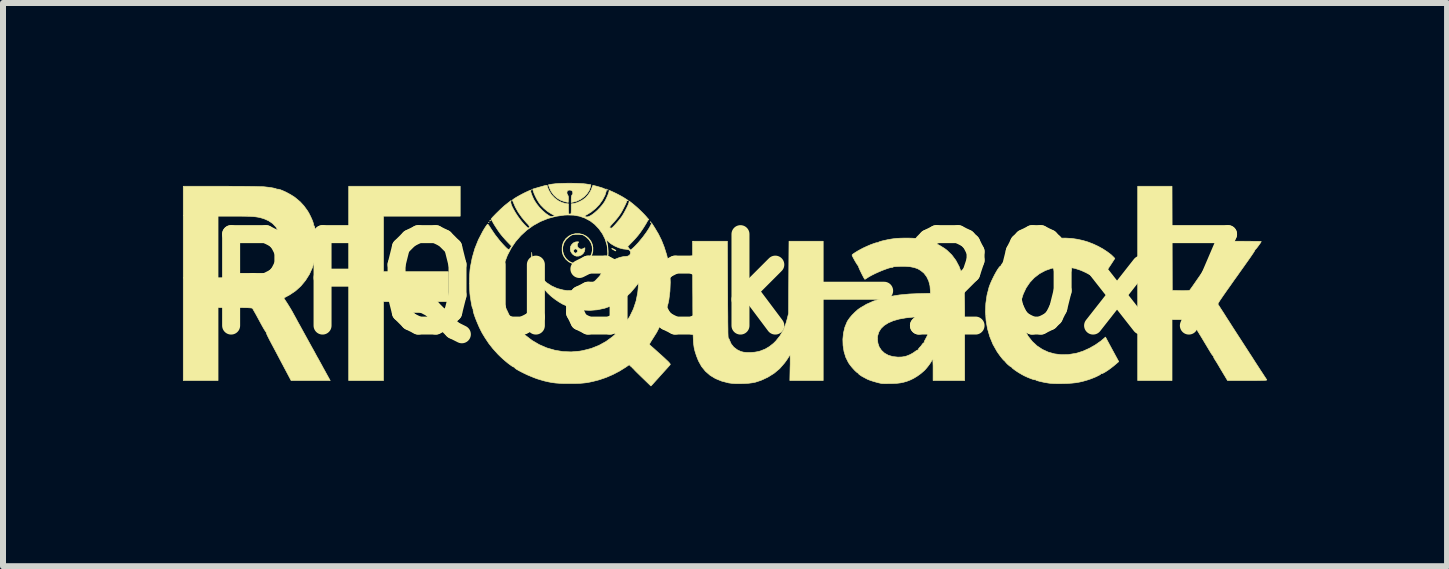
<source format=kicad_pcb>
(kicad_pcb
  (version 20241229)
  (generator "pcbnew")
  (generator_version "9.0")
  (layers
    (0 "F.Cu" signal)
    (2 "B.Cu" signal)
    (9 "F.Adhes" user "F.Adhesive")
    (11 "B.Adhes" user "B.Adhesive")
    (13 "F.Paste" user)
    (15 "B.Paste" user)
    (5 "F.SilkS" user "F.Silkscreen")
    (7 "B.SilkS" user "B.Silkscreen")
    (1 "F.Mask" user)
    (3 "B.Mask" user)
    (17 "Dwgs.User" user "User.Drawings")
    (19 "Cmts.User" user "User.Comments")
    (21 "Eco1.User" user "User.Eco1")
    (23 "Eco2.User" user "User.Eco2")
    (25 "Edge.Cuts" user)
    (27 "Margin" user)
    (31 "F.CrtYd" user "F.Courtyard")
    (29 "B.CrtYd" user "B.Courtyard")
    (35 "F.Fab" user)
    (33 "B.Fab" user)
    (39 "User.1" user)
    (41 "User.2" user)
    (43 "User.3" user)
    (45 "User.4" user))
  (footprint "RFQuack-20x7"
    (layer "F.Cu")
    (at 9.04 1.688)
    (property "Reference" "RFQuack-20x7" (at 0 0 0) (layer "F.SilkS") (effects (font (size 1.524 1.524) (thickness 0.3))))
    (attr through_hole)
    (fp_poly (pts (xy -3.937 -1.03) (xy -3.942 -1.025) (xy -3.946 -1.03) (xy -3.942 -1.034) (xy -3.937 -1.03)) (stroke (width 0.01) (type solid)) (fill yes) (layer "F.SilkS"))
    (fp_poly (pts (xy -3.22 -1.574) (xy -3.225 -1.569) (xy -3.229 -1.574) (xy -3.225 -1.578) (xy -3.22 -1.574)) (stroke (width 0.01) (type solid)) (fill yes) (layer "F.SilkS"))
    (fp_poly (pts (xy -1.542 1.392) (xy -1.547 1.397) (xy -1.551 1.392) (xy -1.547 1.388) (xy -1.542 1.392)) (stroke (width 0.01) (type solid)) (fill yes) (layer "F.SilkS"))
    (fp_poly (pts (xy 4.672 1.293) (xy 4.667 1.297) (xy 4.663 1.293) (xy 4.667 1.288) (xy 4.672 1.293)) (stroke (width 0.01) (type solid)) (fill yes) (layer "F.SilkS"))
    (fp_poly (pts (xy -1.953 -1.575) (xy -1.955 -1.57) (xy -1.959 -1.569) (xy -1.967 -1.573) (xy -1.965 -1.575) (xy -1.955 -1.576) (xy -1.953 -1.575)) (stroke (width 0.01) (type solid)) (fill yes) (layer "F.SilkS"))
    (fp_poly (pts (xy -1.244 -1.04) (xy -1.235 -1.031) (xy -1.234 -1.029) (xy -1.238 -1.025) (xy -1.247 -1.034) (xy -1.248 -1.036) (xy -1.249 -1.042) (xy -1.244 -1.04)) (stroke (width 0.01) (type solid)) (fill yes) (layer "F.SilkS"))
    (fp_poly (pts (xy -3.913 -1.065) (xy -3.914 -1.061) (xy -3.923 -1.053) (xy -3.924 -1.052) (xy -3.925 -1.058) (xy -3.923 -1.061) (xy -3.915 -1.07) (xy -3.913 -1.07) (xy -3.913 -1.065)) (stroke (width 0.01) (type solid)) (fill yes) (layer "F.SilkS"))
    (fp_poly (pts (xy -4.418 -1.134) (xy -5.697 -1.134) (xy -5.697 -0.209) (xy -4.617 -0.209) (xy -4.617 0.29) (xy -5.697 0.29) (xy -5.697 1.606) (xy -6.277 1.606) (xy -6.277 -1.633) (xy -4.418 -1.633) (xy -4.418 -1.134)) (stroke (width 0.01) (type solid)) (fill yes) (layer "F.SilkS"))
    (fp_poly (pts (xy -1.883 -0.595) (xy -1.864 -0.587) (xy -1.844 -0.577) (xy -1.828 -0.567) (xy -1.823 -0.561) (xy -1.824 -0.556) (xy -1.828 -0.555) (xy -1.839 -0.56) (xy -1.863 -0.573) (xy -1.883 -0.585) (xy -1.893 -0.593) (xy -1.893 -0.595) (xy -1.883 -0.595)) (stroke (width 0.01) (type solid)) (fill yes) (layer "F.SilkS"))
    (fp_poly (pts (xy -2.491 -1.682) (xy -2.424 -1.679) (xy -2.366 -1.676) (xy -2.321 -1.671) (xy -2.315 -1.67) (xy -2.239 -1.658) (xy -2.244 -1.63) (xy -2.265 -1.569) (xy -2.301 -1.512) (xy -2.349 -1.461) (xy -2.407 -1.418) (xy -2.471 -1.386) (xy -2.525 -1.371) (xy -2.567 -1.363) (xy -2.567 -1.42) (xy -2.565 -1.458) (xy -2.559 -1.481) (xy -2.554 -1.488) (xy -2.541 -1.509) (xy -2.543 -1.536) (xy -2.549 -1.552) (xy -2.565 -1.564) (xy -2.589 -1.57) (xy -2.614 -1.567) (xy -2.629 -1.558) (xy -2.639 -1.538) (xy -2.638 -1.511) (xy -2.626 -1.488) (xy -2.626 -1.487) (xy -2.617 -1.47) (xy -2.614 -1.442) (xy -2.614 -1.418) (xy -2.617 -1.364) (xy -2.667 -1.374) (xy -2.74 -1.398) (xy -2.806 -1.437) (xy -2.862 -1.489) (xy -2.906 -1.552) (xy -2.935 -1.618) (xy -2.947 -1.658) (xy -2.908 -1.665) (xy -2.359 -1.665) (xy -2.354 -1.66) (xy -2.349 -1.665) (xy -2.354 -1.669) (xy -2.359 -1.665) (xy -2.908 -1.665) (xy -2.873 -1.67) (xy -2.831 -1.675) (xy -2.776 -1.679) (xy -2.71 -1.681) (xy -2.638 -1.683) (xy -2.564 -1.683) (xy -2.491 -1.682)) (stroke (width 0.01) (type solid)) (fill yes) (layer "F.SilkS"))
    (fp_poly (pts (xy -2.448 -0.707) (xy -2.444 -0.703) (xy -2.451 -0.692) (xy -2.452 -0.691) (xy -2.467 -0.664) (xy -2.465 -0.635) (xy -2.45 -0.608) (xy -2.423 -0.59) (xy -2.401 -0.584) (xy -2.38 -0.588) (xy -2.369 -0.594) (xy -2.34 -0.608) (xy -2.34 -0.583) (xy -2.349 -0.543) (xy -2.371 -0.509) (xy -2.403 -0.484) (xy -2.441 -0.469) (xy -2.481 -0.468) (xy -2.507 -0.476) (xy -2.458 -0.476) (xy -2.454 -0.472) (xy -2.449 -0.476) (xy -2.454 -0.481) (xy -2.458 -0.476) (xy -2.507 -0.476) (xy -2.513 -0.478) (xy -2.534 -0.494) (xy -2.404 -0.494) (xy -2.399 -0.49) (xy -2.395 -0.494) (xy -2.399 -0.499) (xy -2.404 -0.494) (xy -2.534 -0.494) (xy -2.55 -0.506) (xy -2.574 -0.542) (xy -2.575 -0.545) (xy -2.528 -0.545) (xy -2.517 -0.529) (xy -2.501 -0.519) (xy -2.495 -0.517) (xy -2.484 -0.522) (xy -2.473 -0.529) (xy -2.461 -0.547) (xy -2.464 -0.568) (xy -2.479 -0.584) (xy -2.499 -0.589) (xy -2.516 -0.581) (xy -2.527 -0.564) (xy -2.528 -0.545) (xy -2.575 -0.545) (xy -2.584 -0.583) (xy -2.579 -0.625) (xy -2.565 -0.654) (xy -2.534 -0.687) (xy -2.496 -0.704) (xy -2.468 -0.707) (xy -2.448 -0.707)) (stroke (width 0.01) (type solid)) (fill yes) (layer "F.SilkS"))
    (fp_poly (pts (xy -2.373 -0.829) (xy -2.316 -0.8) (xy -2.283 -0.773) (xy -2.242 -0.723) (xy -2.217 -0.667) (xy -2.206 -0.61) (xy -2.207 -0.546) (xy -2.223 -0.49) (xy -2.253 -0.436) (xy -2.258 -0.43) (xy -2.302 -0.385) (xy -2.357 -0.353) (xy -2.417 -0.334) (xy -2.48 -0.33) (xy -2.541 -0.341) (xy -2.545 -0.342) (xy -2.609 -0.374) (xy -2.659 -0.418) (xy -2.697 -0.474) (xy -2.712 -0.512) (xy -2.719 -0.552) (xy -2.719 -0.602) (xy -2.719 -0.609) (xy -2.71 -0.609) (xy -2.708 -0.545) (xy -2.69 -0.486) (xy -2.66 -0.436) (xy -2.619 -0.394) (xy -2.569 -0.363) (xy -2.514 -0.345) (xy -2.455 -0.339) (xy -2.395 -0.349) (xy -2.348 -0.369) (xy -2.293 -0.408) (xy -2.253 -0.456) (xy -2.227 -0.51) (xy -2.215 -0.568) (xy -2.218 -0.627) (xy -2.236 -0.684) (xy -2.268 -0.738) (xy -2.315 -0.785) (xy -2.326 -0.793) (xy -2.351 -0.81) (xy -2.37 -0.821) (xy -2.389 -0.827) (xy -2.414 -0.829) (xy -2.45 -0.83) (xy -2.463 -0.83) (xy -2.503 -0.83) (xy -2.53 -0.828) (xy -2.551 -0.823) (xy -2.569 -0.814) (xy -2.592 -0.799) (xy -2.6 -0.793) (xy -2.652 -0.747) (xy -2.688 -0.692) (xy -2.707 -0.629) (xy -2.71 -0.609) (xy -2.719 -0.609) (xy -2.713 -0.652) (xy -2.7 -0.694) (xy -2.696 -0.703) (xy -2.659 -0.758) (xy -2.611 -0.8) (xy -2.556 -0.828) (xy -2.496 -0.843) (xy -2.434 -0.843) (xy -2.373 -0.829)) (stroke (width 0.01) (type solid)) (fill yes) (layer "F.SilkS"))
    (fp_poly (pts (xy 0.04 0.07) (xy 0.041 0.213) (xy 0.041 0.338) (xy 0.042 0.448) (xy 0.043 0.542) (xy 0.043 0.623) (xy 0.044 0.691) (xy 0.045 0.747) (xy 0.045 0.792) (xy 0.046 0.828) (xy 0.047 0.856) (xy 0.048 0.876) (xy 0.05 0.889) (xy 0.051 0.897) (xy 0.053 0.902) (xy 0.054 0.902) (xy 0.055 0.902) (xy 0.061 0.908) (xy 0.069 0.925) (xy 0.071 0.932) (xy 0.099 0.995) (xy 0.142 1.049) (xy 0.2 1.093) (xy 0.259 1.121) (xy 0.305 1.133) (xy 0.362 1.138) (xy 0.427 1.138) (xy 0.492 1.133) (xy 0.554 1.122) (xy 0.585 1.113) (xy 0.666 1.081) (xy 0.737 1.039) (xy 0.804 0.986) (xy 0.844 0.946) (xy 0.913 0.86) (xy 0.969 0.763) (xy 1.012 0.652) (xy 1.031 0.585) (xy 1.056 0.485) (xy 1.059 -0.116) (xy 1.063 -0.717) (xy 1.633 -0.717) (xy 1.633 1.606) (xy 1.077 1.606) (xy 1.081 1.392) (xy 1.083 1.332) (xy 1.083 1.279) (xy 1.083 1.235) (xy 1.082 1.202) (xy 1.081 1.183) (xy 1.08 1.179) (xy 1.073 1.187) (xy 1.061 1.205) (xy 1.057 1.213) (xy 1.043 1.236) (xy 1.022 1.267) (xy 0.997 1.302) (xy 0.987 1.315) (xy 0.908 1.406) (xy 0.815 1.484) (xy 0.71 1.55) (xy 0.595 1.603) (xy 0.5 1.634) (xy 0.452 1.643) (xy 0.391 1.651) (xy 0.322 1.655) (xy 0.249 1.657) (xy 0.179 1.657) (xy 0.114 1.653) (xy 0.061 1.646) (xy 0.059 1.646) (xy -0.057 1.616) (xy -0.161 1.574) (xy -0.252 1.519) (xy -0.33 1.451) (xy -0.395 1.371) (xy -0.447 1.277) (xy -0.481 1.191) (xy -0.49 1.162) (xy -0.499 1.135) (xy -0.506 1.111) (xy -0.512 1.086) (xy -0.518 1.061) (xy -0.522 1.033) (xy -0.526 1.002) (xy -0.53 0.967) (xy -0.532 0.925) (xy -0.534 0.876) (xy -0.536 0.826) (xy -0.535 0.826) (xy -0.532 0.833) (xy -0.529 0.832) (xy -0.528 0.821) (xy -0.529 0.819) (xy -0.535 0.821) (xy -0.535 0.826) (xy -0.536 0.826) (xy -0.536 0.819) (xy -0.537 0.752) (xy -0.539 0.674) (xy -0.539 0.583) (xy -0.54 0.479) (xy -0.541 0.361) (xy -0.541 0.226) (xy -0.542 0.12) (xy -0.545 -0.703) (xy -0.535 -0.703) (xy -0.531 -0.699) (xy -0.526 -0.703) (xy -0.531 -0.708) (xy -0.535 -0.703) (xy -0.545 -0.703) (xy -0.545 -0.717) (xy 0.036 -0.717) (xy 0.04 0.07)) (stroke (width 0.01) (type solid)) (fill yes) (layer "F.SilkS"))
    (fp_poly (pts (xy 7.45 -0.764) (xy 7.452 0.104) (xy 7.592 0.107) (xy 7.654 0.107) (xy 7.699 0.106) (xy 7.728 0.104) (xy 7.743 0.099) (xy 7.744 0.099) (xy 7.751 0.089) (xy 7.768 0.066) (xy 7.793 0.031) (xy 7.825 -0.015) (xy 7.863 -0.07) (xy 7.907 -0.133) (xy 7.954 -0.202) (xy 8.005 -0.277) (xy 8.031 -0.314) (xy 8.305 -0.716) (xy 8.62 -0.717) (xy 8.694 -0.716) (xy 8.761 -0.716) (xy 8.821 -0.715) (xy 8.87 -0.715) (xy 8.907 -0.714) (xy 8.929 -0.713) (xy 8.935 -0.712) (xy 8.93 -0.701) (xy 8.917 -0.681) (xy 8.899 -0.656) (xy 8.879 -0.628) (xy 8.86 -0.604) (xy 8.845 -0.586) (xy 8.837 -0.578) (xy 8.836 -0.578) (xy 8.83 -0.572) (xy 8.83 -0.568) (xy 8.826 -0.559) (xy 8.815 -0.54) (xy 8.796 -0.511) (xy 8.768 -0.47) (xy 8.732 -0.418) (xy 8.685 -0.352) (xy 8.629 -0.273) (xy 8.609 -0.245) (xy 8.588 -0.216) (xy 8.561 -0.177) (xy 8.529 -0.132) (xy 8.495 -0.085) (xy 8.48 -0.064) (xy 8.443 -0.011) (xy 8.4 0.05) (xy 8.355 0.113) (xy 8.314 0.172) (xy 8.301 0.19) (xy 8.272 0.233) (xy 8.246 0.271) (xy 8.227 0.302) (xy 8.216 0.323) (xy 8.213 0.331) (xy 8.218 0.34) (xy 8.233 0.363) (xy 8.255 0.398) (xy 8.285 0.444) (xy 8.321 0.5) (xy 8.362 0.565) (xy 8.408 0.636) (xy 8.457 0.713) (xy 8.509 0.794) (xy 8.563 0.877) (xy 8.618 0.962) (xy 8.673 1.047) (xy 8.727 1.131) (xy 8.78 1.212) (xy 8.829 1.289) (xy 8.875 1.36) (xy 8.917 1.425) (xy 8.954 1.481) (xy 8.984 1.527) (xy 9.007 1.562) (xy 9.022 1.585) (xy 9.028 1.594) (xy 9.027 1.597) (xy 9.018 1.6) (xy 9 1.602) (xy 8.971 1.603) (xy 8.929 1.604) (xy 8.873 1.605) (xy 8.803 1.606) (xy 8.716 1.606) (xy 8.706 1.606) (xy 8.374 1.606) (xy 8.272 1.436) (xy 8.241 1.384) (xy 8.213 1.336) (xy 8.188 1.295) (xy 8.168 1.264) (xy 8.156 1.244) (xy 8.153 1.241) (xy 8.143 1.221) (xy 8.142 1.206) (xy 8.142 1.205) (xy 8.144 1.199) (xy 8.14 1.2) (xy 8.132 1.195) (xy 8.118 1.178) (xy 8.1 1.152) (xy 8.096 1.145) (xy 8.082 1.122) (xy 8.06 1.086) (xy 8.032 1.039) (xy 7.999 0.984) (xy 7.963 0.924) (xy 7.925 0.861) (xy 7.91 0.837) (xy 7.761 0.59) (xy 7.448 0.59) (xy 7.448 1.606) (xy 6.876 1.606) (xy 6.876 -1.633) (xy 7.448 -1.633) (xy 7.45 -0.764)) (stroke (width 0.01) (type solid)) (fill yes) (layer "F.SilkS"))
    (fp_poly (pts (xy 5.777 -0.763) (xy 5.872 -0.749) (xy 5.966 -0.728) (xy 6.049 -0.703) (xy 6.134 -0.67) (xy 6.218 -0.631) (xy 6.299 -0.586) (xy 6.373 -0.537) (xy 6.436 -0.489) (xy 6.47 -0.456) (xy 6.495 -0.43) (xy 6.431 -0.331) (xy 6.401 -0.286) (xy 6.371 -0.239) (xy 6.343 -0.196) (xy 6.324 -0.166) (xy 6.305 -0.137) (xy 6.288 -0.116) (xy 6.277 -0.106) (xy 6.275 -0.106) (xy 6.272 -0.103) (xy 6.273 -0.098) (xy 6.271 -0.083) (xy 6.261 -0.065) (xy 6.244 -0.043) (xy 6.168 -0.1) (xy 6.092 -0.151) (xy 6.008 -0.196) (xy 5.921 -0.234) (xy 5.839 -0.261) (xy 5.828 -0.264) (xy 5.754 -0.278) (xy 5.671 -0.284) (xy 5.587 -0.284) (xy 5.506 -0.277) (xy 5.438 -0.264) (xy 5.333 -0.227) (xy 5.238 -0.175) (xy 5.152 -0.109) (xy 5.078 -0.03) (xy 5.016 0.061) (xy 4.968 0.163) (xy 4.943 0.241) (xy 4.934 0.28) (xy 4.928 0.319) (xy 4.924 0.365) (xy 4.923 0.423) (xy 4.923 0.435) (xy 4.924 0.512) (xy 4.93 0.575) (xy 4.942 0.633) (xy 4.96 0.69) (xy 4.986 0.752) (xy 4.994 0.768) (xy 5.05 0.868) (xy 5.119 0.955) (xy 5.198 1.028) (xy 5.287 1.087) (xy 5.385 1.132) (xy 5.49 1.161) (xy 5.601 1.175) (xy 5.717 1.173) (xy 5.836 1.154) (xy 5.864 1.148) (xy 5.964 1.116) (xy 6.066 1.07) (xy 6.166 1.014) (xy 6.256 0.951) (xy 6.288 0.925) (xy 6.339 0.881) (xy 6.388 0.973) (xy 6.413 1.019) (xy 6.442 1.073) (xy 6.473 1.13) (xy 6.499 1.178) (xy 6.56 1.29) (xy 6.517 1.327) (xy 6.473 1.364) (xy 6.428 1.399) (xy 6.384 1.431) (xy 6.343 1.458) (xy 6.309 1.478) (xy 6.283 1.49) (xy 6.268 1.492) (xy 6.267 1.491) (xy 6.261 1.49) (xy 6.262 1.494) (xy 6.257 1.502) (xy 6.238 1.514) (xy 6.208 1.529) (xy 6.171 1.547) (xy 6.129 1.564) (xy 6.085 1.581) (xy 6.043 1.595) (xy 6.04 1.596) (xy 5.971 1.616) (xy 5.908 1.631) (xy 5.846 1.642) (xy 5.78 1.649) (xy 5.705 1.654) (xy 5.633 1.656) (xy 5.542 1.657) (xy 5.468 1.655) (xy 5.41 1.651) (xy 5.382 1.647) (xy 5.327 1.638) (xy 5.276 1.627) (xy 5.234 1.617) (xy 5.201 1.608) (xy 5.181 1.601) (xy 5.176 1.595) (xy 5.174 1.591) (xy 5.168 1.593) (xy 5.152 1.592) (xy 5.123 1.584) (xy 5.085 1.57) (xy 5.04 1.552) (xy 4.992 1.53) (xy 4.976 1.522) (xy 4.941 1.503) (xy 4.904 1.481) (xy 4.867 1.458) (xy 4.832 1.434) (xy 4.804 1.413) (xy 4.784 1.397) (xy 4.777 1.387) (xy 4.777 1.386) (xy 4.776 1.381) (xy 4.773 1.381) (xy 4.762 1.377) (xy 4.742 1.364) (xy 4.719 1.345) (xy 4.697 1.325) (xy 4.681 1.307) (xy 4.674 1.296) (xy 4.674 1.295) (xy 4.669 1.285) (xy 4.666 1.284) (xy 4.652 1.276) (xy 4.631 1.255) (xy 4.604 1.223) (xy 4.573 1.182) (xy 4.539 1.134) (xy 4.529 1.119) (xy 4.463 1.002) (xy 4.411 0.876) (xy 4.372 0.742) (xy 4.348 0.603) (xy 4.343 0.522) (xy 4.345 0.522) (xy 4.35 0.526) (xy 4.354 0.522) (xy 4.35 0.517) (xy 4.345 0.522) (xy 4.343 0.522) (xy 4.338 0.462) (xy 4.344 0.32) (xy 4.364 0.181) (xy 4.399 0.046) (xy 4.401 0.041) (xy 4.418 -0.004) (xy 4.439 -0.053) (xy 4.463 -0.103) (xy 4.488 -0.153) (xy 4.514 -0.2) (xy 4.538 -0.241) (xy 4.56 -0.273) (xy 4.578 -0.295) (xy 4.578 -0.295) (xy 5.552 -0.295) (xy 5.556 -0.29) (xy 5.561 -0.295) (xy 5.706 -0.295) (xy 5.71 -0.29) (xy 5.715 -0.295) (xy 5.71 -0.299) (xy 5.706 -0.295) (xy 5.561 -0.295) (xy 5.556 -0.299) (xy 5.552 -0.295) (xy 4.578 -0.295) (xy 4.59 -0.303) (xy 4.593 -0.302) (xy 4.598 -0.302) (xy 4.596 -0.307) (xy 4.599 -0.318) (xy 4.613 -0.338) (xy 4.637 -0.366) (xy 4.668 -0.398) (xy 4.703 -0.433) (xy 4.74 -0.467) (xy 4.777 -0.5) (xy 4.812 -0.527) (xy 4.812 -0.528) (xy 4.874 -0.57) (xy 4.947 -0.612) (xy 5.025 -0.652) (xy 5.102 -0.685) (xy 5.147 -0.702) (xy 5.222 -0.725) (xy 5.293 -0.742) (xy 5.366 -0.755) (xy 5.445 -0.763) (xy 5.536 -0.768) (xy 5.561 -0.768) (xy 5.675 -0.769) (xy 5.777 -0.763)) (stroke (width 0.01) (type solid)) (fill yes) (layer "F.SilkS"))
    (fp_poly (pts (xy -8.402 -1.633) (xy -8.294 -1.633) (xy -8.189 -1.632) (xy -8.09 -1.632) (xy -7.997 -1.631) (xy -7.912 -1.63) (xy -7.838 -1.629) (xy -7.776 -1.627) (xy -7.728 -1.626) (xy -7.695 -1.625) (xy -7.684 -1.624) (xy -7.622 -1.617) (xy -7.569 -1.61) (xy -7.527 -1.602) (xy -7.497 -1.595) (xy -7.481 -1.589) (xy -7.48 -1.586) (xy -7.478 -1.582) (xy -7.471 -1.584) (xy -7.451 -1.584) (xy -7.419 -1.576) (xy -7.378 -1.56) (xy -7.331 -1.539) (xy -7.281 -1.513) (xy -7.232 -1.485) (xy -7.186 -1.456) (xy -7.16 -1.436) (xy -7.085 -1.373) (xy -7.022 -1.304) (xy -6.966 -1.227) (xy -6.941 -1.186) (xy -6.917 -1.139) (xy -6.895 -1.092) (xy -6.877 -1.049) (xy -6.866 -1.014) (xy -6.863 -0.996) (xy -6.861 -0.98) (xy -6.857 -0.976) (xy -6.851 -0.971) (xy -6.844 -0.95) (xy -6.837 -0.918) (xy -6.83 -0.876) (xy -6.824 -0.829) (xy -6.819 -0.778) (xy -6.815 -0.727) (xy -6.813 -0.678) (xy -6.813 -0.662) (xy -6.821 -0.529) (xy -6.844 -0.401) (xy -6.881 -0.279) (xy -6.932 -0.166) (xy -6.997 -0.063) (xy -7.074 0.03) (xy -7.162 0.11) (xy -7.261 0.177) (xy -7.3 0.198) (xy -7.328 0.213) (xy -7.349 0.225) (xy -7.357 0.231) (xy -7.357 0.231) (xy -7.352 0.24) (xy -7.34 0.26) (xy -7.321 0.289) (xy -7.304 0.315) (xy -7.28 0.353) (xy -7.25 0.402) (xy -7.219 0.455) (xy -7.19 0.508) (xy -7.185 0.517) (xy -7.158 0.566) (xy -7.126 0.626) (xy -7.09 0.69) (xy -7.055 0.754) (xy -7.028 0.803) (xy -6.996 0.861) (xy -6.963 0.921) (xy -6.931 0.979) (xy -6.903 1.03) (xy -6.883 1.066) (xy -6.856 1.114) (xy -6.828 1.166) (xy -6.802 1.214) (xy -6.785 1.243) (xy -6.763 1.283) (xy -6.736 1.332) (xy -6.708 1.384) (xy -6.686 1.424) (xy -6.662 1.467) (xy -6.639 1.509) (xy -6.62 1.543) (xy -6.607 1.567) (xy -6.607 1.567) (xy -6.585 1.606) (xy -7.237 1.606) (xy -7.385 1.327) (xy -7.423 1.255) (xy -7.461 1.183) (xy -7.498 1.113) (xy -7.532 1.049) (xy -7.562 0.993) (xy -7.585 0.949) (xy -7.595 0.931) (xy -7.616 0.889) (xy -7.634 0.853) (xy -7.646 0.825) (xy -7.651 0.808) (xy -7.65 0.805) (xy -7.65 0.799) (xy -7.653 0.801) (xy -7.659 0.794) (xy -7.672 0.774) (xy -7.692 0.742) (xy -7.716 0.7) (xy -7.743 0.651) (xy -7.765 0.61) (xy -7.795 0.555) (xy -7.822 0.505) (xy -7.846 0.463) (xy -7.865 0.43) (xy -7.877 0.409) (xy -7.881 0.403) (xy -7.888 0.399) (xy -7.902 0.396) (xy -7.924 0.394) (xy -7.956 0.392) (xy -8.001 0.391) (xy -8.059 0.39) (xy -8.133 0.39) (xy -8.174 0.39) (xy -8.455 0.39) (xy -8.455 1.606) (xy -9.035 1.606) (xy -9.035 -0.104) (xy -7.847 -0.104) (xy -7.842 -0.1) (xy -7.838 -0.104) (xy -7.842 -0.109) (xy -7.847 -0.104) (xy -9.035 -0.104) (xy -9.035 -1.134) (xy -8.455 -1.134) (xy -8.455 -0.107) (xy -8.126 -0.111) (xy -8.039 -0.112) (xy -7.968 -0.113) (xy -7.912 -0.114) (xy -7.867 -0.116) (xy -7.832 -0.117) (xy -7.805 -0.12) (xy -7.783 -0.122) (xy -7.765 -0.126) (xy -7.749 -0.131) (xy -7.737 -0.134) (xy -7.651 -0.169) (xy -7.58 -0.213) (xy -7.522 -0.268) (xy -7.476 -0.335) (xy -7.438 -0.416) (xy -7.437 -0.42) (xy -7.424 -0.457) (xy -7.415 -0.49) (xy -7.41 -0.526) (xy -7.407 -0.567) (xy -6.831 -0.567) (xy -6.826 -0.562) (xy -6.822 -0.567) (xy -6.826 -0.572) (xy -6.831 -0.567) (xy -7.407 -0.567) (xy -7.406 -0.57) (xy -7.405 -0.603) (xy -7.407 -0.71) (xy -7.416 -0.767) (xy -6.831 -0.767) (xy -6.826 -0.762) (xy -6.822 -0.767) (xy -6.826 -0.771) (xy -6.831 -0.767) (xy -7.416 -0.767) (xy -7.422 -0.804) (xy -7.45 -0.885) (xy -7.491 -0.955) (xy -7.545 -1.012) (xy -7.613 -1.058) (xy -7.678 -1.087) (xy -7.714 -1.099) (xy -7.749 -1.109) (xy -7.785 -1.117) (xy -7.824 -1.123) (xy -7.87 -1.128) (xy -7.924 -1.131) (xy -7.989 -1.133) (xy -8.068 -1.134) (xy -8.161 -1.134) (xy -8.168 -1.134) (xy -8.455 -1.134) (xy -9.035 -1.134) (xy -9.035 -1.149) (xy -7.98 -1.149) (xy -7.979 -1.144) (xy -7.974 -1.143) (xy -7.966 -1.146) (xy -7.968 -1.149) (xy -7.979 -1.15) (xy -7.98 -1.149) (xy -9.035 -1.149) (xy -9.035 -1.633) (xy -8.402 -1.633)) (stroke (width 0.01) (type solid)) (fill yes) (layer "F.SilkS"))
    (fp_poly (pts (xy 3.053 -0.769) (xy 3.123 -0.767) (xy 3.188 -0.763) (xy 3.243 -0.758) (xy 3.286 -0.751) (xy 3.288 -0.75) (xy 3.348 -0.736) (xy 3.395 -0.722) (xy 3.429 -0.711) (xy 3.448 -0.702) (xy 3.451 -0.697) (xy 3.453 -0.693) (xy 3.46 -0.695) (xy 3.475 -0.693) (xy 3.502 -0.683) (xy 3.537 -0.666) (xy 3.577 -0.645) (xy 3.618 -0.62) (xy 3.658 -0.595) (xy 3.691 -0.57) (xy 3.695 -0.567) (xy 3.776 -0.489) (xy 3.844 -0.398) (xy 3.899 -0.295) (xy 3.942 -0.179) (xy 3.959 -0.113) (xy 3.965 -0.087) (xy 3.97 -0.06) (xy 3.974 -0.03) (xy 3.978 0.004) (xy 3.981 0.044) (xy 3.984 0.09) (xy 3.986 0.143) (xy 3.987 0.206) (xy 3.989 0.28) (xy 3.99 0.365) (xy 3.991 0.463) (xy 3.991 0.575) (xy 3.991 0.702) (xy 3.991 0.846) (xy 3.991 0.867) (xy 3.991 1.606) (xy 3.465 1.606) (xy 3.465 1.429) (xy 3.465 1.363) (xy 3.463 1.312) (xy 3.461 1.275) (xy 3.46 1.265) (xy 3.474 1.265) (xy 3.479 1.27) (xy 3.483 1.265) (xy 3.479 1.261) (xy 3.474 1.265) (xy 3.46 1.265) (xy 3.458 1.256) (xy 3.456 1.252) (xy 3.448 1.259) (xy 3.447 1.262) (xy 3.441 1.278) (xy 3.426 1.304) (xy 3.404 1.336) (xy 3.378 1.371) (xy 3.35 1.405) (xy 3.323 1.435) (xy 3.313 1.444) (xy 3.26 1.49) (xy 3.2 1.533) (xy 3.139 1.57) (xy 3.083 1.597) (xy 3.026 1.619) (xy 2.973 1.634) (xy 2.92 1.645) (xy 2.862 1.652) (xy 2.792 1.655) (xy 2.767 1.656) (xy 2.716 1.656) (xy 2.671 1.657) (xy 2.634 1.656) (xy 2.61 1.655) (xy 2.603 1.654) (xy 2.557 1.644) (xy 2.505 1.63) (xy 2.454 1.615) (xy 2.407 1.599) (xy 2.372 1.585) (xy 2.366 1.582) (xy 2.317 1.556) (xy 2.275 1.533) (xy 2.244 1.512) (xy 2.224 1.496) (xy 2.219 1.486) (xy 2.219 1.486) (xy 2.22 1.48) (xy 2.216 1.482) (xy 2.205 1.478) (xy 2.187 1.463) (xy 2.162 1.44) (xy 2.134 1.41) (xy 2.106 1.378) (xy 2.08 1.345) (xy 2.059 1.315) (xy 2.052 1.304) (xy 2.009 1.217) (xy 1.98 1.121) (xy 1.964 1.019) (xy 1.961 0.916) (xy 1.962 0.907) (xy 2.537 0.907) (xy 2.545 0.982) (xy 2.567 1.047) (xy 2.605 1.103) (xy 2.655 1.149) (xy 2.718 1.184) (xy 2.792 1.206) (xy 2.877 1.215) (xy 2.887 1.215) (xy 2.946 1.213) (xy 2.994 1.205) (xy 3.023 1.197) (xy 3.083 1.173) (xy 3.136 1.143) (xy 3.176 1.114) (xy 3.197 1.101) (xy 3.212 1.095) (xy 3.216 1.096) (xy 3.219 1.096) (xy 3.218 1.092) (xy 3.22 1.08) (xy 3.233 1.063) (xy 3.239 1.056) (xy 3.263 1.031) (xy 3.283 1.003) (xy 3.285 1) (xy 3.299 0.983) (xy 3.311 0.976) (xy 3.313 0.977) (xy 3.319 0.977) (xy 3.317 0.972) (xy 3.317 0.959) (xy 3.326 0.938) (xy 3.332 0.928) (xy 3.371 0.852) (xy 3.399 0.766) (xy 3.416 0.675) (xy 3.42 0.606) (xy 3.42 0.544) (xy 3.279 0.544) (xy 3.138 0.548) (xy 3.011 0.561) (xy 2.898 0.581) (xy 2.8 0.609) (xy 2.717 0.645) (xy 2.649 0.688) (xy 2.597 0.738) (xy 2.561 0.796) (xy 2.541 0.861) (xy 2.537 0.907) (xy 1.962 0.907) (xy 1.971 0.815) (xy 1.994 0.718) (xy 2.03 0.63) (xy 2.041 0.61) (xy 2.072 0.565) (xy 2.114 0.515) (xy 2.163 0.466) (xy 2.212 0.422) (xy 2.249 0.396) (xy 2.356 0.333) (xy 2.473 0.281) (xy 2.603 0.238) (xy 2.744 0.204) (xy 2.794 0.204) (xy 2.799 0.209) (xy 2.803 0.204) (xy 2.799 0.2) (xy 2.794 0.204) (xy 2.744 0.204) (xy 2.746 0.204) (xy 2.902 0.179) (xy 3.072 0.163) (xy 3.218 0.157) (xy 3.42 0.152) (xy 3.42 0.114) (xy 3.413 0.026) (xy 3.392 -0.054) (xy 3.358 -0.125) (xy 3.313 -0.184) (xy 3.305 -0.191) (xy 3.258 -0.229) (xy 3.207 -0.259) (xy 3.148 -0.279) (xy 3.08 -0.292) (xy 2.999 -0.298) (xy 2.924 -0.298) (xy 2.879 -0.296) (xy 2.841 -0.294) (xy 2.814 -0.292) (xy 2.801 -0.289) (xy 2.8 -0.288) (xy 2.796 -0.283) (xy 2.784 -0.281) (xy 2.756 -0.277) (xy 2.716 -0.266) (xy 2.666 -0.248) (xy 2.61 -0.227) (xy 2.552 -0.202) (xy 2.494 -0.176) (xy 2.441 -0.149) (xy 2.396 -0.124) (xy 2.371 -0.108) (xy 2.348 -0.093) (xy 2.332 -0.083) (xy 2.328 -0.082) (xy 2.321 -0.089) (xy 2.309 -0.11) (xy 2.293 -0.14) (xy 2.275 -0.175) (xy 2.257 -0.212) (xy 2.24 -0.247) (xy 2.228 -0.276) (xy 2.22 -0.296) (xy 2.219 -0.302) (xy 2.221 -0.308) (xy 2.218 -0.306) (xy 2.212 -0.311) (xy 2.199 -0.329) (xy 2.183 -0.355) (xy 2.164 -0.386) (xy 2.146 -0.419) (xy 2.13 -0.449) (xy 2.118 -0.473) (xy 2.114 -0.487) (xy 2.114 -0.487) (xy 2.121 -0.496) (xy 2.142 -0.512) (xy 2.173 -0.532) (xy 2.21 -0.555) (xy 2.252 -0.578) (xy 2.295 -0.601) (xy 2.318 -0.612) (xy 2.371 -0.636) (xy 2.422 -0.658) (xy 2.468 -0.675) (xy 2.506 -0.688) (xy 2.534 -0.694) (xy 2.547 -0.694) (xy 2.555 -0.694) (xy 2.554 -0.698) (xy 2.56 -0.704) (xy 2.581 -0.711) (xy 2.614 -0.721) (xy 2.658 -0.731) (xy 2.708 -0.742) (xy 2.764 -0.752) (xy 2.805 -0.758) (xy 2.854 -0.764) (xy 2.914 -0.767) (xy 2.982 -0.769) (xy 3.053 -0.769)) (stroke (width 0.01) (type solid)) (fill yes) (layer "F.SilkS"))
    (fp_poly (pts (xy -2.97 -1.648) (xy -2.967 -1.644) (xy -2.966 -1.637) (xy -2.966 -1.635) (xy -2.962 -1.619) (xy -2.952 -1.592) (xy -2.937 -1.559) (xy -2.934 -1.553) (xy -2.895 -1.49) (xy -2.843 -1.436) (xy -2.784 -1.392) (xy -2.72 -1.361) (xy -2.657 -1.345) (xy -2.613 -1.34) (xy -2.613 -1.255) (xy -2.612 -1.216) (xy -2.611 -1.191) (xy -2.608 -1.177) (xy -2.603 -1.171) (xy -2.593 -1.17) (xy -2.59 -1.17) (xy -2.579 -1.171) (xy -2.573 -1.175) (xy -2.569 -1.186) (xy -2.568 -1.207) (xy -2.567 -1.243) (xy -2.567 -1.255) (xy -2.567 -1.34) (xy -2.527 -1.345) (xy -2.481 -1.356) (xy -2.43 -1.377) (xy -2.378 -1.405) (xy -2.333 -1.438) (xy -2.324 -1.446) (xy -2.289 -1.485) (xy -2.257 -1.532) (xy -2.232 -1.58) (xy -2.218 -1.622) (xy -2.211 -1.643) (xy -2.2 -1.648) (xy -2.197 -1.647) (xy -2.182 -1.643) (xy -2.154 -1.636) (xy -2.118 -1.626) (xy -2.093 -1.619) (xy -2.057 -1.608) (xy -2.029 -1.598) (xy -2.012 -1.59) (xy -2.01 -1.587) (xy -2.006 -1.584) (xy -1.994 -1.585) (xy -1.981 -1.587) (xy -1.978 -1.578) (xy -1.98 -1.564) (xy -2.004 -1.484) (xy -2.045 -1.406) (xy -2.098 -1.33) (xy -2.163 -1.262) (xy -2.236 -1.203) (xy -2.296 -1.166) (xy -2.326 -1.149) (xy -2.34 -1.138) (xy -2.339 -1.131) (xy -2.324 -1.125) (xy -2.312 -1.122) (xy -2.287 -1.124) (xy -2.254 -1.138) (xy -2.214 -1.163) (xy -2.172 -1.196) (xy -2.128 -1.235) (xy -2.086 -1.279) (xy -2.047 -1.324) (xy -2.015 -1.369) (xy -2.011 -1.376) (xy -1.992 -1.41) (xy -1.974 -1.448) (xy -1.957 -1.486) (xy -1.945 -1.52) (xy -1.937 -1.546) (xy -1.937 -1.56) (xy -1.937 -1.561) (xy -1.933 -1.563) (xy -1.917 -1.558) (xy -1.89 -1.546) (xy -1.855 -1.53) (xy -1.815 -1.511) (xy -1.773 -1.489) (xy -1.732 -1.467) (xy -1.694 -1.445) (xy -1.672 -1.431) (xy -1.638 -1.409) (xy -1.619 -1.395) (xy -1.616 -1.39) (xy -1.628 -1.394) (xy -1.64 -1.393) (xy -1.642 -1.388) (xy -1.646 -1.371) (xy -1.658 -1.343) (xy -1.675 -1.307) (xy -1.696 -1.266) (xy -1.718 -1.224) (xy -1.74 -1.186) (xy -1.757 -1.16) (xy -1.783 -1.123) (xy -1.817 -1.081) (xy -1.852 -1.04) (xy -1.868 -1.023) (xy -1.898 -0.99) (xy -1.917 -0.967) (xy -1.925 -0.953) (xy -1.924 -0.945) (xy -1.923 -0.943) (xy -1.905 -0.935) (xy -1.899 -0.934) (xy -1.887 -0.941) (xy -1.867 -0.959) (xy -1.841 -0.986) (xy -1.811 -1.02) (xy -1.78 -1.056) (xy -1.751 -1.093) (xy -1.73 -1.12) (xy -1.707 -1.155) (xy -1.683 -1.196) (xy -1.66 -1.239) (xy -1.638 -1.282) (xy -1.62 -1.32) (xy -1.608 -1.352) (xy -1.602 -1.374) (xy -1.602 -1.381) (xy -1.602 -1.385) (xy -1.59 -1.378) (xy -1.569 -1.362) (xy -1.541 -1.34) (xy -1.509 -1.313) (xy -1.474 -1.283) (xy -1.439 -1.251) (xy -1.412 -1.225) (xy -1.382 -1.196) (xy -1.352 -1.165) (xy -1.324 -1.135) (xy -1.301 -1.108) (xy -1.283 -1.088) (xy -1.274 -1.075) (xy -1.275 -1.072) (xy -1.276 -1.073) (xy -1.286 -1.07) (xy -1.297 -1.052) (xy -1.298 -1.05) (xy -1.311 -1.025) (xy -1.332 -0.99) (xy -1.358 -0.948) (xy -1.388 -0.903) (xy -1.418 -0.86) (xy -1.446 -0.823) (xy -1.459 -0.807) (xy -1.484 -0.778) (xy -1.517 -0.741) (xy -1.551 -0.705) (xy -1.563 -0.693) (xy -1.626 -0.628) (xy -1.606 -0.6) (xy -1.592 -0.581) (xy -1.583 -0.572) (xy -1.582 -0.572) (xy -1.568 -0.578) (xy -1.545 -0.596) (xy -1.515 -0.624) (xy -1.48 -0.66) (xy -1.443 -0.7) (xy -1.441 -0.703) (xy -1.374 -0.784) (xy -1.315 -0.864) (xy -1.267 -0.938) (xy -1.252 -0.966) (xy -1.225 -1.017) (xy -1.176 -0.941) (xy -1.114 -0.837) (xy -1.062 -0.732) (xy -1.018 -0.621) (xy -0.979 -0.498) (xy -0.974 -0.481) (xy -0.942 -0.336) (xy -0.922 -0.186) (xy -0.916 -0.033) (xy -0.922 0.118) (xy -0.94 0.262) (xy -0.953 0.322) (xy -0.999 0.486) (xy -1.063 0.646) (xy -1.142 0.802) (xy -1.203 0.899) (xy -1.23 0.941) (xy -1.248 0.97) (xy -1.258 0.989) (xy -1.262 1.001) (xy -1.26 1.009) (xy -1.254 1.016) (xy -1.254 1.016) (xy -1.243 1.026) (xy -1.22 1.046) (xy -1.188 1.074) (xy -1.149 1.109) (xy -1.105 1.149) (xy -1.072 1.178) (xy -1.02 1.225) (xy -0.981 1.262) (xy -0.952 1.289) (xy -0.933 1.31) (xy -0.921 1.324) (xy -0.917 1.333) (xy -0.917 1.34) (xy -0.918 1.342) (xy -0.927 1.352) (xy -0.946 1.374) (xy -0.973 1.404) (xy -1.006 1.44) (xy -1.043 1.481) (xy -1.081 1.523) (xy -1.118 1.565) (xy -1.153 1.603) (xy -1.183 1.636) (xy -1.206 1.662) (xy -1.219 1.676) (xy -1.239 1.697) (xy -1.39 1.551) (xy -1.433 1.509) (xy -1.471 1.472) (xy -1.503 1.44) (xy -1.525 1.416) (xy -1.538 1.402) (xy -1.54 1.399) (xy -1.544 1.391) (xy -1.545 1.391) (xy -1.556 1.384) (xy -1.574 1.37) (xy -1.577 1.366) (xy -1.601 1.343) (xy -1.66 1.384) (xy -1.761 1.447) (xy -1.872 1.505) (xy -1.988 1.555) (xy -2.103 1.594) (xy -2.129 1.601) (xy -2.196 1.618) (xy -2.254 1.631) (xy -2.307 1.641) (xy -2.36 1.647) (xy -2.417 1.652) (xy -2.482 1.654) (xy -2.56 1.655) (xy -2.594 1.655) (xy -2.685 1.655) (xy -2.761 1.652) (xy -2.828 1.647) (xy -2.89 1.639) (xy -2.952 1.627) (xy -3.017 1.612) (xy -3.086 1.592) (xy -3.135 1.577) (xy -3.189 1.557) (xy -3.245 1.534) (xy -3.302 1.51) (xy -3.356 1.484) (xy -3.406 1.459) (xy -3.449 1.436) (xy -3.483 1.416) (xy -3.505 1.399) (xy -3.514 1.387) (xy -3.513 1.385) (xy -3.514 1.38) (xy -3.518 1.382) (xy -3.53 1.38) (xy -3.553 1.367) (xy -3.584 1.345) (xy -3.622 1.317) (xy -3.663 1.283) (xy -3.706 1.246) (xy -3.747 1.208) (xy -3.786 1.17) (xy -3.797 1.158) (xy -3.873 1.074) (xy -3.94 0.989) (xy -4.001 0.898) (xy -4.051 0.816) (xy -4.075 0.77) (xy -4.101 0.717) (xy -4.126 0.659) (xy -4.15 0.602) (xy -4.171 0.547) (xy -4.188 0.498) (xy -4.199 0.459) (xy -4.203 0.434) (xy -4.205 0.413) (xy -4.209 0.404) (xy -4.21 0.404) (xy -4.214 0.398) (xy -4.221 0.375) (xy -4.229 0.337) (xy -4.238 0.285) (xy -4.248 0.222) (xy -4.25 0.213) (xy -4.257 0.152) (xy -4.261 0.078) (xy -4.263 -0.004) (xy -4.263 -0.014) (xy -3.731 -0.014) (xy -3.723 0.131) (xy -3.697 0.271) (xy -3.654 0.404) (xy -3.594 0.531) (xy -3.517 0.651) (xy -3.437 0.75) (xy -3.334 0.85) (xy -3.222 0.936) (xy -3.101 1.007) (xy -2.974 1.062) (xy -2.842 1.1) (xy -2.705 1.123) (xy -2.567 1.128) (xy -2.427 1.116) (xy -2.371 1.106) (xy -2.234 1.071) (xy -2.106 1.02) (xy -1.988 0.955) (xy -1.876 0.873) (xy -1.77 0.775) (xy -1.761 0.765) (xy -1.668 0.655) (xy -1.591 0.537) (xy -1.53 0.411) (xy -1.486 0.279) (xy -1.48 0.249) (xy -0.953 0.249) (xy -0.948 0.254) (xy -0.943 0.249) (xy -0.948 0.245) (xy -0.953 0.249) (xy -1.48 0.249) (xy -1.459 0.142) (xy -1.455 0.104) (xy -0.934 0.104) (xy -0.93 0.109) (xy -0.925 0.104) (xy -0.93 0.1) (xy -0.934 0.104) (xy -1.455 0.104) (xy -1.453 0.082) (xy -1.45 0.043) (xy -1.448 0.011) (xy -1.447 -0.01) (xy -1.447 -0.016) (xy -1.453 -0.011) (xy -1.467 0.006) (xy -1.487 0.032) (xy -1.496 0.044) (xy -1.581 0.144) (xy -1.676 0.23) (xy -1.78 0.301) (xy -1.892 0.358) (xy -2.009 0.4) (xy -2.13 0.426) (xy -2.255 0.436) (xy -2.381 0.43) (xy -2.506 0.407) (xy -2.63 0.368) (xy -2.713 0.331) (xy -2.772 0.296) (xy -2.837 0.252) (xy -2.901 0.202) (xy -2.957 0.15) (xy -2.971 0.135) (xy -3.041 0.052) (xy -3.101 -0.04) (xy -3.151 -0.138) (xy -3.19 -0.239) (xy -3.216 -0.339) (xy -3.228 -0.436) (xy -3.228 -0.47) (xy -3.227 -0.531) (xy -3.22 -0.466) (xy -3.2 -0.361) (xy -3.165 -0.263) (xy -3.115 -0.174) (xy -3.053 -0.095) (xy -2.979 -0.026) (xy -2.894 0.029) (xy -2.801 0.071) (xy -2.7 0.097) (xy -2.636 0.106) (xy -2.533 0.105) (xy -2.433 0.087) (xy -2.337 0.053) (xy -2.247 0.004) (xy -2.166 -0.059) (xy -2.095 -0.134) (xy -2.067 -0.177) (xy -0.934 -0.177) (xy -0.93 -0.172) (xy -0.925 -0.177) (xy -0.93 -0.181) (xy -0.934 -0.177) (xy -2.067 -0.177) (xy -2.037 -0.221) (xy -2.037 -0.221) (xy -1.996 -0.312) (xy -1.97 -0.41) (xy -1.959 -0.51) (xy -1.964 -0.61) (xy -1.973 -0.657) (xy -1.999 -0.742) (xy -1.987 -0.742) (xy -1.984 -0.731) (xy -1.977 -0.71) (xy -1.972 -0.697) (xy -1.962 -0.658) (xy -1.956 -0.606) (xy -1.952 -0.547) (xy -1.953 -0.486) (xy -1.957 -0.429) (xy -1.965 -0.381) (xy -1.966 -0.374) (xy -1.974 -0.343) (xy -1.979 -0.32) (xy -1.981 -0.309) (xy -1.981 -0.308) (xy -1.973 -0.314) (xy -1.957 -0.329) (xy -1.937 -0.348) (xy -1.885 -0.388) (xy -1.823 -0.422) (xy -1.758 -0.447) (xy -1.694 -0.461) (xy -1.666 -0.463) (xy -1.624 -0.468) (xy -1.595 -0.484) (xy -1.58 -0.511) (xy -1.579 -0.525) (xy -1.586 -0.554) (xy -1.608 -0.574) (xy -1.638 -0.581) (xy -1.703 -0.588) (xy -1.774 -0.607) (xy -1.843 -0.637) (xy -1.906 -0.675) (xy -1.941 -0.704) (xy -1.964 -0.724) (xy -1.98 -0.738) (xy -1.987 -0.742) (xy -1.987 -0.742) (xy -1.999 -0.742) (xy -2.002 -0.751) (xy -2.047 -0.841) (xy -2.106 -0.924) (xy -2.175 -0.997) (xy -2.252 -1.056) (xy -2.255 -1.057) (xy -2.341 -1.103) (xy -2.43 -1.134) (xy -2.525 -1.151) (xy -2.629 -1.154) (xy -2.681 -1.152) (xy -2.821 -1.132) (xy -2.955 -1.096) (xy -3.081 -1.045) (xy -3.199 -0.98) (xy -3.308 -0.902) (xy -3.407 -0.811) (xy -3.495 -0.71) (xy -3.57 -0.599) (xy -3.632 -0.48) (xy -3.68 -0.353) (xy -3.713 -0.219) (xy -3.73 -0.08) (xy -3.731 -0.014) (xy -4.263 -0.014) (xy -4.263 -0.087) (xy -4.26 -0.166) (xy -4.255 -0.237) (xy -4.25 -0.277) (xy -4.218 -0.441) (xy -4.174 -0.594) (xy -4.115 -0.741) (xy -4.041 -0.883) (xy -4.012 -0.931) (xy -3.992 -0.962) (xy -3.975 -0.986) (xy -3.964 -1) (xy -3.961 -1.002) (xy -3.952 -0.995) (xy -3.938 -0.976) (xy -3.92 -0.949) (xy -3.917 -0.943) (xy -3.838 -0.826) (xy -3.751 -0.715) (xy -3.707 -0.666) (xy -3.67 -0.627) (xy -3.643 -0.6) (xy -3.624 -0.584) (xy -3.61 -0.579) (xy -3.599 -0.583) (xy -3.589 -0.594) (xy -3.583 -0.604) (xy -3.563 -0.636) (xy -3.635 -0.71) (xy -3.672 -0.75) (xy -3.712 -0.796) (xy -3.748 -0.84) (xy -3.763 -0.86) (xy -3.786 -0.893) (xy -3.811 -0.931) (xy -3.837 -0.971) (xy -3.861 -1.01) (xy -3.88 -1.045) (xy -3.894 -1.071) (xy -3.901 -1.087) (xy -3.901 -1.088) (xy -3.894 -1.098) (xy -3.877 -1.118) (xy -3.851 -1.145) (xy -3.819 -1.178) (xy -3.784 -1.212) (xy -3.747 -1.248) (xy -3.712 -1.28) (xy -3.68 -1.309) (xy -3.656 -1.328) (xy -3.617 -1.359) (xy -3.59 -1.38) (xy -3.574 -1.392) (xy -3.567 -1.396) (xy -3.566 -1.394) (xy -3.571 -1.388) (xy -3.572 -1.386) (xy -3.576 -1.368) (xy -3.57 -1.337) (xy -3.555 -1.298) (xy -3.531 -1.251) (xy -3.502 -1.2) (xy -3.468 -1.147) (xy -3.43 -1.093) (xy -3.39 -1.042) (xy -3.349 -0.995) (xy -3.325 -0.971) (xy -3.302 -0.949) (xy -3.288 -0.939) (xy -3.278 -0.938) (xy -3.269 -0.945) (xy -3.269 -0.946) (xy -3.263 -0.953) (xy -3.263 -0.962) (xy -3.27 -0.974) (xy -3.285 -0.994) (xy -3.312 -1.022) (xy -3.32 -1.031) (xy -3.39 -1.114) (xy -3.451 -1.2) (xy -3.499 -1.286) (xy -3.525 -1.347) (xy -3.536 -1.374) (xy -3.545 -1.393) (xy -3.55 -1.398) (xy -3.546 -1.405) (xy -3.53 -1.418) (xy -3.502 -1.437) (xy -3.467 -1.458) (xy -3.426 -1.481) (xy -3.383 -1.504) (xy -3.34 -1.526) (xy -3.325 -1.533) (xy -3.286 -1.551) (xy -3.26 -1.562) (xy -3.246 -1.567) (xy -3.24 -1.568) (xy -3.241 -1.564) (xy -3.242 -1.561) (xy -3.243 -1.547) (xy -3.236 -1.521) (xy -3.224 -1.487) (xy -3.208 -1.449) (xy -3.19 -1.411) (xy -3.18 -1.393) (xy -3.143 -1.337) (xy -3.097 -1.279) (xy -3.045 -1.226) (xy -2.991 -1.179) (xy -2.94 -1.144) (xy -2.93 -1.138) (xy -2.909 -1.132) (xy -2.885 -1.13) (xy -2.863 -1.132) (xy -2.85 -1.138) (xy -2.848 -1.142) (xy -2.856 -1.149) (xy -2.875 -1.161) (xy -2.896 -1.172) (xy -2.958 -1.211) (xy -3.02 -1.262) (xy -3.075 -1.318) (xy -3.081 -1.326) (xy -3.108 -1.363) (xy -3.137 -1.41) (xy -3.164 -1.462) (xy -3.186 -1.511) (xy -3.2 -1.552) (xy -3.201 -1.553) (xy -3.209 -1.586) (xy -3.113 -1.614) (xy -3.059 -1.629) (xy -3.021 -1.64) (xy -2.995 -1.646) (xy -2.979 -1.649) (xy -2.97 -1.648)) (stroke (width 0.01) (type solid)) (fill yes) (layer "F.SilkS")))
  (gr_rect
    (start -3 -3)
    (end 21.073 6.389)
    (stroke (width 0.1) (type default))
    (fill no)
    (layer "Edge.Cuts")))
</source>
